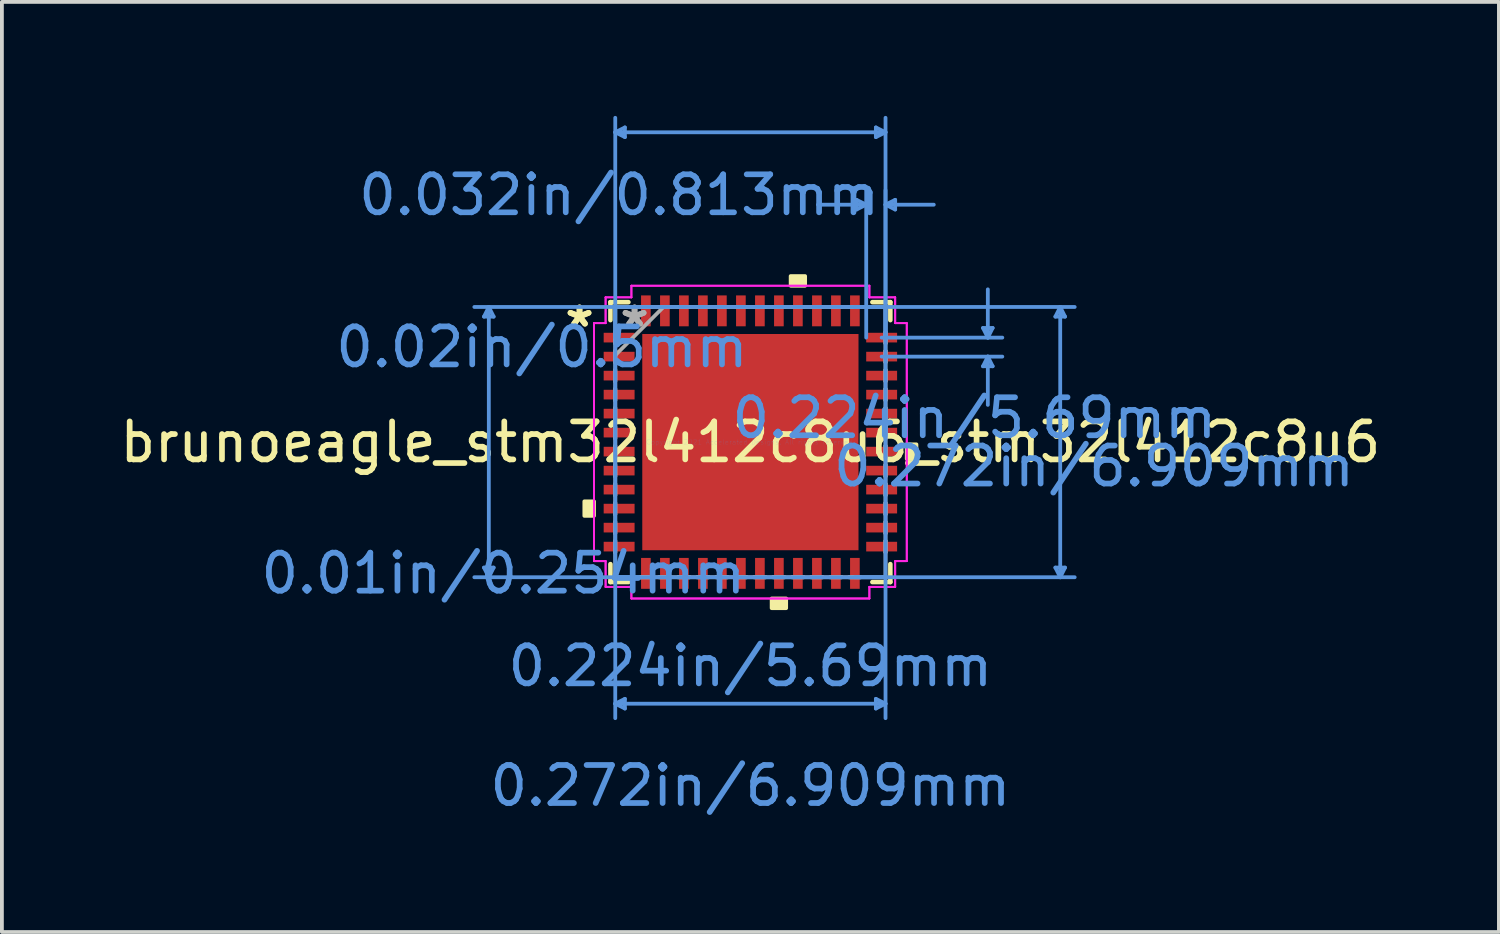
<source format=kicad_pcb>
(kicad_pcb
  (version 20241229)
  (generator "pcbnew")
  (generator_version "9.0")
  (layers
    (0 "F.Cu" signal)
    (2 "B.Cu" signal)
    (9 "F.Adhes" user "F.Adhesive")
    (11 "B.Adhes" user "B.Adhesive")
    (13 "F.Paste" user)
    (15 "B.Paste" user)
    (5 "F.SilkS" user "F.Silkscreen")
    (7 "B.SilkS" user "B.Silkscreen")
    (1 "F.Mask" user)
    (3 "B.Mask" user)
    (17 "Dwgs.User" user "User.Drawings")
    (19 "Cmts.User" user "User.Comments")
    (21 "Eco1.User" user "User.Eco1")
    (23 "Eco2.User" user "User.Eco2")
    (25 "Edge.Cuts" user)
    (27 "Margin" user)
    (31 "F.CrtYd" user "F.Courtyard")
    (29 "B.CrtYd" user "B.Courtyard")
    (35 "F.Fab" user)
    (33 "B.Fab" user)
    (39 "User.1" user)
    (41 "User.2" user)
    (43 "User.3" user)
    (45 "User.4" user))
  (footprint "brunoeagle_stm32l412c8u6_stm32l412c8u6"
    (layer "F.Cu")
    (at 16.696 8.584)
    (property "Reference" "brunoeagle_stm32l412c8u6_stm32l412c8u6" (at 0 0 0) (layer "F.SilkS") (effects (font (size 1 1) (thickness 0.15))))
    (attr through_hole)
    (fp_line (start -3.683 -3.683) (end -3.683 -3.21) (stroke (width 0.12) (type solid)) (layer "F.SilkS"))
    (fp_line (start -3.683 3.21) (end -3.683 3.683) (stroke (width 0.12) (type solid)) (layer "F.SilkS"))
    (fp_line (start -3.683 3.683) (end -3.21 3.683) (stroke (width 0.12) (type solid)) (layer "F.SilkS"))
    (fp_line (start -3.21 -3.683) (end -3.683 -3.683) (stroke (width 0.12) (type solid)) (layer "F.SilkS"))
    (fp_line (start 3.21 3.683) (end 3.683 3.683) (stroke (width 0.12) (type solid)) (layer "F.SilkS"))
    (fp_line (start 3.683 -3.683) (end 3.21 -3.683) (stroke (width 0.12) (type solid)) (layer "F.SilkS"))
    (fp_line (start 3.683 -3.21) (end 3.683 -3.683) (stroke (width 0.12) (type solid)) (layer "F.SilkS"))
    (fp_line (start 3.683 3.683) (end 3.683 3.21) (stroke (width 0.12) (type solid)) (layer "F.SilkS"))
    (fp_poly (pts (xy -4.369 1.559) (xy -4.369 1.94) (xy -4.115 1.94) (xy -4.115 1.559)) (stroke (width 0.1) (type solid)) (fill yes) (layer "F.SilkS"))
    (fp_poly (pts (xy 0.56 4.115) (xy 0.56 4.369) (xy 0.941 4.369) (xy 0.941 4.115)) (stroke (width 0.1) (type solid)) (fill yes) (layer "F.SilkS"))
    (fp_poly (pts (xy 1.06 -4.115) (xy 1.06 -4.369) (xy 1.44 -4.369) (xy 1.44 -4.115)) (stroke (width 0.1) (type solid)) (fill yes) (layer "F.SilkS"))
    (fp_poly (pts (xy 4.369 0.059) (xy 4.369 0.441) (xy 4.115 0.441) (xy 4.115 0.059)) (stroke (width 0.1) (type solid)) (fill yes) (layer "F.SilkS"))
    (fp_poly (pts (xy -2.745 -2.745) (xy -2.745 -1.522) (xy -1.522 -1.522) (xy -1.522 -2.745)) (stroke (width 0.1) (type solid)) (fill yes) (layer "F.Paste"))
    (fp_poly (pts (xy -2.745 -1.322) (xy -2.745 -0.1) (xy -1.522 -0.1) (xy -1.522 -1.322)) (stroke (width 0.1) (type solid)) (fill yes) (layer "F.Paste"))
    (fp_poly (pts (xy -2.745 0.1) (xy -2.745 1.322) (xy -1.522 1.322) (xy -1.522 0.1)) (stroke (width 0.1) (type solid)) (fill yes) (layer "F.Paste"))
    (fp_poly (pts (xy -2.745 1.522) (xy -2.745 2.745) (xy -1.522 2.745) (xy -1.522 1.522)) (stroke (width 0.1) (type solid)) (fill yes) (layer "F.Paste"))
    (fp_poly (pts (xy -1.322 -2.745) (xy -1.322 -1.522) (xy -0.1 -1.522) (xy -0.1 -2.745)) (stroke (width 0.1) (type solid)) (fill yes) (layer "F.Paste"))
    (fp_poly (pts (xy -1.322 -1.322) (xy -1.322 -0.1) (xy -0.1 -0.1) (xy -0.1 -1.322)) (stroke (width 0.1) (type solid)) (fill yes) (layer "F.Paste"))
    (fp_poly (pts (xy -1.322 0.1) (xy -1.322 1.322) (xy -0.1 1.322) (xy -0.1 0.1)) (stroke (width 0.1) (type solid)) (fill yes) (layer "F.Paste"))
    (fp_poly (pts (xy -1.322 1.522) (xy -1.322 2.745) (xy -0.1 2.745) (xy -0.1 1.522)) (stroke (width 0.1) (type solid)) (fill yes) (layer "F.Paste"))
    (fp_poly (pts (xy 0.1 -2.745) (xy 0.1 -1.522) (xy 1.322 -1.522) (xy 1.322 -2.745)) (stroke (width 0.1) (type solid)) (fill yes) (layer "F.Paste"))
    (fp_poly (pts (xy 0.1 -1.322) (xy 0.1 -0.1) (xy 1.322 -0.1) (xy 1.322 -1.322)) (stroke (width 0.1) (type solid)) (fill yes) (layer "F.Paste"))
    (fp_poly (pts (xy 0.1 0.1) (xy 0.1 1.322) (xy 1.322 1.322) (xy 1.322 0.1)) (stroke (width 0.1) (type solid)) (fill yes) (layer "F.Paste"))
    (fp_poly (pts (xy 0.1 1.522) (xy 0.1 2.745) (xy 1.322 2.745) (xy 1.322 1.522)) (stroke (width 0.1) (type solid)) (fill yes) (layer "F.Paste"))
    (fp_poly (pts (xy 1.522 -2.745) (xy 1.522 -1.522) (xy 2.745 -1.522) (xy 2.745 -2.745)) (stroke (width 0.1) (type solid)) (fill yes) (layer "F.Paste"))
    (fp_poly (pts (xy 1.522 -1.322) (xy 1.522 -0.1) (xy 2.745 -0.1) (xy 2.745 -1.322)) (stroke (width 0.1) (type solid)) (fill yes) (layer "F.Paste"))
    (fp_poly (pts (xy 1.522 0.1) (xy 1.522 1.322) (xy 2.745 1.322) (xy 2.745 0.1)) (stroke (width 0.1) (type solid)) (fill yes) (layer "F.Paste"))
    (fp_poly (pts (xy 1.522 1.522) (xy 1.522 2.745) (xy 2.745 2.745) (xy 2.745 1.522)) (stroke (width 0.1) (type solid)) (fill yes) (layer "F.Paste"))
    (fp_line (start -7.01 -3.302) (end -6.756 -3.302) (stroke (width 0.1) (type solid)) (layer "Cmts.User"))
    (fp_line (start -7.01 3.302) (end -6.756 3.302) (stroke (width 0.1) (type solid)) (layer "Cmts.User"))
    (fp_line (start -6.883 -3.556) (end -7.01 -3.302) (stroke (width 0.1) (type solid)) (layer "Cmts.User"))
    (fp_line (start -6.883 -3.556) (end -6.883 3.556) (stroke (width 0.1) (type solid)) (layer "Cmts.User"))
    (fp_line (start -6.883 -3.556) (end -6.756 -3.302) (stroke (width 0.1) (type solid)) (layer "Cmts.User"))
    (fp_line (start -6.883 3.556) (end -7.01 3.302) (stroke (width 0.1) (type solid)) (layer "Cmts.User"))
    (fp_line (start -6.883 3.556) (end -6.756 3.302) (stroke (width 0.1) (type solid)) (layer "Cmts.User"))
    (fp_line (start -3.556 -8.153) (end -3.302 -8.28) (stroke (width 0.1) (type solid)) (layer "Cmts.User"))
    (fp_line (start -3.556 -8.153) (end -3.302 -8.026) (stroke (width 0.1) (type solid)) (layer "Cmts.User"))
    (fp_line (start -3.556 -8.153) (end 3.556 -8.153) (stroke (width 0.1) (type solid)) (layer "Cmts.User"))
    (fp_line (start -3.556 -3.556) (end -3.556 7.264) (stroke (width 0.1) (type solid)) (layer "Cmts.User"))
    (fp_line (start -3.556 -2.75) (end -3.556 -8.534) (stroke (width 0.1) (type solid)) (layer "Cmts.User"))
    (fp_line (start -3.556 6.883) (end -3.302 6.756) (stroke (width 0.1) (type solid)) (layer "Cmts.User"))
    (fp_line (start -3.556 6.883) (end -3.302 7.01) (stroke (width 0.1) (type solid)) (layer "Cmts.User"))
    (fp_line (start -3.556 6.883) (end 3.556 6.883) (stroke (width 0.1) (type solid)) (layer "Cmts.User"))
    (fp_line (start -3.302 -8.28) (end -3.302 -8.026) (stroke (width 0.1) (type solid)) (layer "Cmts.User"))
    (fp_line (start -3.302 6.756) (end -3.302 7.01) (stroke (width 0.1) (type solid)) (layer "Cmts.User"))
    (fp_line (start 2.75 -3.556) (end 8.534 -3.556) (stroke (width 0.1) (type solid)) (layer "Cmts.User"))
    (fp_line (start 2.75 3.556) (end 8.534 3.556) (stroke (width 0.1) (type solid)) (layer "Cmts.User"))
    (fp_line (start 2.794 -6.375) (end 2.794 -6.121) (stroke (width 0.1) (type solid)) (layer "Cmts.User"))
    (fp_line (start 3.048 -6.248) (end 1.778 -6.248) (stroke (width 0.1) (type solid)) (layer "Cmts.User"))
    (fp_line (start 3.048 -6.248) (end 2.794 -6.375) (stroke (width 0.1) (type solid)) (layer "Cmts.User"))
    (fp_line (start 3.048 -6.248) (end 2.794 -6.121) (stroke (width 0.1) (type solid)) (layer "Cmts.User"))
    (fp_line (start 3.048 -2.75) (end 3.048 -6.629) (stroke (width 0.1) (type solid)) (layer "Cmts.User"))
    (fp_line (start 3.302 -8.28) (end 3.302 -8.026) (stroke (width 0.1) (type solid)) (layer "Cmts.User"))
    (fp_line (start 3.302 6.756) (end 3.302 7.01) (stroke (width 0.1) (type solid)) (layer "Cmts.User"))
    (fp_line (start 3.454 -2.75) (end 6.629 -2.75) (stroke (width 0.1) (type solid)) (layer "Cmts.User"))
    (fp_line (start 3.454 -2.25) (end 6.629 -2.25) (stroke (width 0.1) (type solid)) (layer "Cmts.User"))
    (fp_line (start 3.556 -8.153) (end 3.302 -8.28) (stroke (width 0.1) (type solid)) (layer "Cmts.User"))
    (fp_line (start 3.556 -8.153) (end 3.302 -8.026) (stroke (width 0.1) (type solid)) (layer "Cmts.User"))
    (fp_line (start 3.556 -6.248) (end 3.81 -6.375) (stroke (width 0.1) (type solid)) (layer "Cmts.User"))
    (fp_line (start 3.556 -6.248) (end 3.81 -6.121) (stroke (width 0.1) (type solid)) (layer "Cmts.User"))
    (fp_line (start 3.556 -6.248) (end 4.826 -6.248) (stroke (width 0.1) (type solid)) (layer "Cmts.User"))
    (fp_line (start 3.556 -3.556) (end -7.264 -3.556) (stroke (width 0.1) (type solid)) (layer "Cmts.User"))
    (fp_line (start 3.556 -3.556) (end 3.556 7.264) (stroke (width 0.1) (type solid)) (layer "Cmts.User"))
    (fp_line (start 3.556 -2.75) (end 3.556 -8.534) (stroke (width 0.1) (type solid)) (layer "Cmts.User"))
    (fp_line (start 3.556 -2.75) (end 3.556 -6.629) (stroke (width 0.1) (type solid)) (layer "Cmts.User"))
    (fp_line (start 3.556 3.556) (end -7.264 3.556) (stroke (width 0.1) (type solid)) (layer "Cmts.User"))
    (fp_line (start 3.556 6.883) (end 3.302 6.756) (stroke (width 0.1) (type solid)) (layer "Cmts.User"))
    (fp_line (start 3.556 6.883) (end 3.302 7.01) (stroke (width 0.1) (type solid)) (layer "Cmts.User"))
    (fp_line (start 3.81 -6.375) (end 3.81 -6.121) (stroke (width 0.1) (type solid)) (layer "Cmts.User"))
    (fp_line (start 6.121 -3.004) (end 6.375 -3.004) (stroke (width 0.1) (type solid)) (layer "Cmts.User"))
    (fp_line (start 6.121 -1.996) (end 6.375 -1.996) (stroke (width 0.1) (type solid)) (layer "Cmts.User"))
    (fp_line (start 6.248 -2.75) (end 6.121 -3.004) (stroke (width 0.1) (type solid)) (layer "Cmts.User"))
    (fp_line (start 6.248 -2.75) (end 6.248 -4.02) (stroke (width 0.1) (type solid)) (layer "Cmts.User"))
    (fp_line (start 6.248 -2.75) (end 6.375 -3.004) (stroke (width 0.1) (type solid)) (layer "Cmts.User"))
    (fp_line (start 6.248 -2.25) (end 6.121 -1.996) (stroke (width 0.1) (type solid)) (layer "Cmts.User"))
    (fp_line (start 6.248 -2.25) (end 6.248 -0.98) (stroke (width 0.1) (type solid)) (layer "Cmts.User"))
    (fp_line (start 6.248 -2.25) (end 6.375 -1.996) (stroke (width 0.1) (type solid)) (layer "Cmts.User"))
    (fp_line (start 8.026 -3.302) (end 8.28 -3.302) (stroke (width 0.1) (type solid)) (layer "Cmts.User"))
    (fp_line (start 8.026 3.302) (end 8.28 3.302) (stroke (width 0.1) (type solid)) (layer "Cmts.User"))
    (fp_line (start 8.153 -3.556) (end 8.026 -3.302) (stroke (width 0.1) (type solid)) (layer "Cmts.User"))
    (fp_line (start 8.153 -3.556) (end 8.153 3.556) (stroke (width 0.1) (type solid)) (layer "Cmts.User"))
    (fp_line (start 8.153 -3.556) (end 8.28 -3.302) (stroke (width 0.1) (type solid)) (layer "Cmts.User"))
    (fp_line (start 8.153 3.556) (end 8.026 3.302) (stroke (width 0.1) (type solid)) (layer "Cmts.User"))
    (fp_line (start 8.153 3.556) (end 8.28 3.302) (stroke (width 0.1) (type solid)) (layer "Cmts.User"))
    (fp_line (start -4.115 -3.131) (end -3.81 -3.131) (stroke (width 0.05) (type solid)) (layer "F.CrtYd"))
    (fp_line (start -4.115 -3.131) (end -3.81 -3.131) (stroke (width 0.05) (type solid)) (layer "F.CrtYd"))
    (fp_line (start -4.115 3.131) (end -4.115 -3.131) (stroke (width 0.05) (type solid)) (layer "F.CrtYd"))
    (fp_line (start -4.115 3.131) (end -4.115 -3.131) (stroke (width 0.05) (type solid)) (layer "F.CrtYd"))
    (fp_line (start -3.81 -3.81) (end -3.131 -3.81) (stroke (width 0.05) (type solid)) (layer "F.CrtYd"))
    (fp_line (start -3.81 -3.81) (end -3.131 -3.81) (stroke (width 0.05) (type solid)) (layer "F.CrtYd"))
    (fp_line (start -3.81 -3.131) (end -3.81 -3.81) (stroke (width 0.05) (type solid)) (layer "F.CrtYd"))
    (fp_line (start -3.81 -3.131) (end -3.81 -3.81) (stroke (width 0.05) (type solid)) (layer "F.CrtYd"))
    (fp_line (start -3.81 3.131) (end -4.115 3.131) (stroke (width 0.05) (type solid)) (layer "F.CrtYd"))
    (fp_line (start -3.81 3.131) (end -4.115 3.131) (stroke (width 0.05) (type solid)) (layer "F.CrtYd"))
    (fp_line (start -3.81 3.81) (end -3.81 3.131) (stroke (width 0.05) (type solid)) (layer "F.CrtYd"))
    (fp_line (start -3.81 3.81) (end -3.81 3.131) (stroke (width 0.05) (type solid)) (layer "F.CrtYd"))
    (fp_line (start -3.131 -4.115) (end 3.131 -4.115) (stroke (width 0.05) (type solid)) (layer "F.CrtYd"))
    (fp_line (start -3.131 -4.115) (end 3.131 -4.115) (stroke (width 0.05) (type solid)) (layer "F.CrtYd"))
    (fp_line (start -3.131 -3.81) (end -3.131 -4.115) (stroke (width 0.05) (type solid)) (layer "F.CrtYd"))
    (fp_line (start -3.131 -3.81) (end -3.131 -4.115) (stroke (width 0.05) (type solid)) (layer "F.CrtYd"))
    (fp_line (start -3.131 3.81) (end -3.81 3.81) (stroke (width 0.05) (type solid)) (layer "F.CrtYd"))
    (fp_line (start -3.131 3.81) (end -3.81 3.81) (stroke (width 0.05) (type solid)) (layer "F.CrtYd"))
    (fp_line (start -3.131 4.115) (end -3.131 3.81) (stroke (width 0.05) (type solid)) (layer "F.CrtYd"))
    (fp_line (start -3.131 4.115) (end -3.131 3.81) (stroke (width 0.05) (type solid)) (layer "F.CrtYd"))
    (fp_line (start 3.131 -4.115) (end 3.131 -3.81) (stroke (width 0.05) (type solid)) (layer "F.CrtYd"))
    (fp_line (start 3.131 -4.115) (end 3.131 -3.81) (stroke (width 0.05) (type solid)) (layer "F.CrtYd"))
    (fp_line (start 3.131 -3.81) (end 3.81 -3.81) (stroke (width 0.05) (type solid)) (layer "F.CrtYd"))
    (fp_line (start 3.131 -3.81) (end 3.81 -3.81) (stroke (width 0.05) (type solid)) (layer "F.CrtYd"))
    (fp_line (start 3.131 3.81) (end 3.131 4.115) (stroke (width 0.05) (type solid)) (layer "F.CrtYd"))
    (fp_line (start 3.131 3.81) (end 3.131 4.115) (stroke (width 0.05) (type solid)) (layer "F.CrtYd"))
    (fp_line (start 3.131 4.115) (end -3.131 4.115) (stroke (width 0.05) (type solid)) (layer "F.CrtYd"))
    (fp_line (start 3.131 4.115) (end -3.131 4.115) (stroke (width 0.05) (type solid)) (layer "F.CrtYd"))
    (fp_line (start 3.81 -3.81) (end 3.81 -3.131) (stroke (width 0.05) (type solid)) (layer "F.CrtYd"))
    (fp_line (start 3.81 -3.81) (end 3.81 -3.131) (stroke (width 0.05) (type solid)) (layer "F.CrtYd"))
    (fp_line (start 3.81 -3.131) (end 4.115 -3.131) (stroke (width 0.05) (type solid)) (layer "F.CrtYd"))
    (fp_line (start 3.81 -3.131) (end 4.115 -3.131) (stroke (width 0.05) (type solid)) (layer "F.CrtYd"))
    (fp_line (start 3.81 3.131) (end 3.81 3.81) (stroke (width 0.05) (type solid)) (layer "F.CrtYd"))
    (fp_line (start 3.81 3.131) (end 3.81 3.81) (stroke (width 0.05) (type solid)) (layer "F.CrtYd"))
    (fp_line (start 3.81 3.81) (end 3.131 3.81) (stroke (width 0.05) (type solid)) (layer "F.CrtYd"))
    (fp_line (start 3.81 3.81) (end 3.131 3.81) (stroke (width 0.05) (type solid)) (layer "F.CrtYd"))
    (fp_line (start 4.115 -3.131) (end 4.115 3.131) (stroke (width 0.05) (type solid)) (layer "F.CrtYd"))
    (fp_line (start 4.115 -3.131) (end 4.115 3.131) (stroke (width 0.05) (type solid)) (layer "F.CrtYd"))
    (fp_line (start 4.115 3.131) (end 3.81 3.131) (stroke (width 0.05) (type solid)) (layer "F.CrtYd"))
    (fp_line (start 4.115 3.131) (end 3.81 3.131) (stroke (width 0.05) (type solid)) (layer "F.CrtYd"))
    (fp_line (start -3.556 -3.556) (end -3.556 -3.556) (stroke (width 0.1) (type solid)) (layer "F.Fab"))
    (fp_line (start -3.556 -3.556) (end -3.556 3.556) (stroke (width 0.1) (type solid)) (layer "F.Fab"))
    (fp_line (start -3.556 -2.902) (end -3.556 -2.902) (stroke (width 0.1) (type solid)) (layer "F.Fab"))
    (fp_line (start -3.556 -2.902) (end -3.556 -2.598) (stroke (width 0.1) (type solid)) (layer "F.Fab"))
    (fp_line (start -3.556 -2.598) (end -3.556 -2.902) (stroke (width 0.1) (type solid)) (layer "F.Fab"))
    (fp_line (start -3.556 -2.598) (end -3.556 -2.598) (stroke (width 0.1) (type solid)) (layer "F.Fab"))
    (fp_line (start -3.556 -2.402) (end -3.556 -2.402) (stroke (width 0.1) (type solid)) (layer "F.Fab"))
    (fp_line (start -3.556 -2.402) (end -3.556 -2.098) (stroke (width 0.1) (type solid)) (layer "F.Fab"))
    (fp_line (start -3.556 -2.286) (end -2.286 -3.556) (stroke (width 0.1) (type solid)) (layer "F.Fab"))
    (fp_line (start -3.556 -2.098) (end -3.556 -2.402) (stroke (width 0.1) (type solid)) (layer "F.Fab"))
    (fp_line (start -3.556 -2.098) (end -3.556 -2.098) (stroke (width 0.1) (type solid)) (layer "F.Fab"))
    (fp_line (start -3.556 -1.902) (end -3.556 -1.902) (stroke (width 0.1) (type solid)) (layer "F.Fab"))
    (fp_line (start -3.556 -1.902) (end -3.556 -1.598) (stroke (width 0.1) (type solid)) (layer "F.Fab"))
    (fp_line (start -3.556 -1.598) (end -3.556 -1.902) (stroke (width 0.1) (type solid)) (layer "F.Fab"))
    (fp_line (start -3.556 -1.598) (end -3.556 -1.598) (stroke (width 0.1) (type solid)) (layer "F.Fab"))
    (fp_line (start -3.556 -1.402) (end -3.556 -1.402) (stroke (width 0.1) (type solid)) (layer "F.Fab"))
    (fp_line (start -3.556 -1.402) (end -3.556 -1.098) (stroke (width 0.1) (type solid)) (layer "F.Fab"))
    (fp_line (start -3.556 -1.098) (end -3.556 -1.402) (stroke (width 0.1) (type solid)) (layer "F.Fab"))
    (fp_line (start -3.556 -1.098) (end -3.556 -1.098) (stroke (width 0.1) (type solid)) (layer "F.Fab"))
    (fp_line (start -3.556 -0.902) (end -3.556 -0.902) (stroke (width 0.1) (type solid)) (layer "F.Fab"))
    (fp_line (start -3.556 -0.902) (end -3.556 -0.598) (stroke (width 0.1) (type solid)) (layer "F.Fab"))
    (fp_line (start -3.556 -0.598) (end -3.556 -0.902) (stroke (width 0.1) (type solid)) (layer "F.Fab"))
    (fp_line (start -3.556 -0.598) (end -3.556 -0.598) (stroke (width 0.1) (type solid)) (layer "F.Fab"))
    (fp_line (start -3.556 -0.402) (end -3.556 -0.402) (stroke (width 0.1) (type solid)) (layer "F.Fab"))
    (fp_line (start -3.556 -0.402) (end -3.556 -0.098) (stroke (width 0.1) (type solid)) (layer "F.Fab"))
    (fp_line (start -3.556 -0.098) (end -3.556 -0.402) (stroke (width 0.1) (type solid)) (layer "F.Fab"))
    (fp_line (start -3.556 -0.098) (end -3.556 -0.098) (stroke (width 0.1) (type solid)) (layer "F.Fab"))
    (fp_line (start -3.556 0.098) (end -3.556 0.098) (stroke (width 0.1) (type solid)) (layer "F.Fab"))
    (fp_line (start -3.556 0.098) (end -3.556 0.402) (stroke (width 0.1) (type solid)) (layer "F.Fab"))
    (fp_line (start -3.556 0.402) (end -3.556 0.098) (stroke (width 0.1) (type solid)) (layer "F.Fab"))
    (fp_line (start -3.556 0.402) (end -3.556 0.402) (stroke (width 0.1) (type solid)) (layer "F.Fab"))
    (fp_line (start -3.556 0.598) (end -3.556 0.598) (stroke (width 0.1) (type solid)) (layer "F.Fab"))
    (fp_line (start -3.556 0.598) (end -3.556 0.902) (stroke (width 0.1) (type solid)) (layer "F.Fab"))
    (fp_line (start -3.556 0.902) (end -3.556 0.598) (stroke (width 0.1) (type solid)) (layer "F.Fab"))
    (fp_line (start -3.556 0.902) (end -3.556 0.902) (stroke (width 0.1) (type solid)) (layer "F.Fab"))
    (fp_line (start -3.556 1.098) (end -3.556 1.098) (stroke (width 0.1) (type solid)) (layer "F.Fab"))
    (fp_line (start -3.556 1.098) (end -3.556 1.402) (stroke (width 0.1) (type solid)) (layer "F.Fab"))
    (fp_line (start -3.556 1.402) (end -3.556 1.098) (stroke (width 0.1) (type solid)) (layer "F.Fab"))
    (fp_line (start -3.556 1.402) (end -3.556 1.402) (stroke (width 0.1) (type solid)) (layer "F.Fab"))
    (fp_line (start -3.556 1.598) (end -3.556 1.598) (stroke (width 0.1) (type solid)) (layer "F.Fab"))
    (fp_line (start -3.556 1.598) (end -3.556 1.902) (stroke (width 0.1) (type solid)) (layer "F.Fab"))
    (fp_line (start -3.556 1.902) (end -3.556 1.598) (stroke (width 0.1) (type solid)) (layer "F.Fab"))
    (fp_line (start -3.556 1.902) (end -3.556 1.902) (stroke (width 0.1) (type solid)) (layer "F.Fab"))
    (fp_line (start -3.556 2.098) (end -3.556 2.098) (stroke (width 0.1) (type solid)) (layer "F.Fab"))
    (fp_line (start -3.556 2.098) (end -3.556 2.402) (stroke (width 0.1) (type solid)) (layer "F.Fab"))
    (fp_line (start -3.556 2.402) (end -3.556 2.098) (stroke (width 0.1) (type solid)) (layer "F.Fab"))
    (fp_line (start -3.556 2.402) (end -3.556 2.402) (stroke (width 0.1) (type solid)) (layer "F.Fab"))
    (fp_line (start -3.556 2.598) (end -3.556 2.598) (stroke (width 0.1) (type solid)) (layer "F.Fab"))
    (fp_line (start -3.556 2.598) (end -3.556 2.902) (stroke (width 0.1) (type solid)) (layer "F.Fab"))
    (fp_line (start -3.556 2.902) (end -3.556 2.598) (stroke (width 0.1) (type solid)) (layer "F.Fab"))
    (fp_line (start -3.556 2.902) (end -3.556 2.902) (stroke (width 0.1) (type solid)) (layer "F.Fab"))
    (fp_line (start -3.556 3.556) (end -3.556 3.556) (stroke (width 0.1) (type solid)) (layer "F.Fab"))
    (fp_line (start -3.556 3.556) (end 3.556 3.556) (stroke (width 0.1) (type solid)) (layer "F.Fab"))
    (fp_line (start -2.902 -3.556) (end -2.902 -3.556) (stroke (width 0.1) (type solid)) (layer "F.Fab"))
    (fp_line (start -2.902 -3.556) (end -2.598 -3.556) (stroke (width 0.1) (type solid)) (layer "F.Fab"))
    (fp_line (start -2.902 3.556) (end -2.902 3.556) (stroke (width 0.1) (type solid)) (layer "F.Fab"))
    (fp_line (start -2.902 3.556) (end -2.598 3.556) (stroke (width 0.1) (type solid)) (layer "F.Fab"))
    (fp_line (start -2.598 -3.556) (end -2.902 -3.556) (stroke (width 0.1) (type solid)) (layer "F.Fab"))
    (fp_line (start -2.598 -3.556) (end -2.598 -3.556) (stroke (width 0.1) (type solid)) (layer "F.Fab"))
    (fp_line (start -2.598 3.556) (end -2.902 3.556) (stroke (width 0.1) (type solid)) (layer "F.Fab"))
    (fp_line (start -2.598 3.556) (end -2.598 3.556) (stroke (width 0.1) (type solid)) (layer "F.Fab"))
    (fp_line (start -2.402 -3.556) (end -2.402 -3.556) (stroke (width 0.1) (type solid)) (layer "F.Fab"))
    (fp_line (start -2.402 -3.556) (end -2.098 -3.556) (stroke (width 0.1) (type solid)) (layer "F.Fab"))
    (fp_line (start -2.402 3.556) (end -2.402 3.556) (stroke (width 0.1) (type solid)) (layer "F.Fab"))
    (fp_line (start -2.402 3.556) (end -2.098 3.556) (stroke (width 0.1) (type solid)) (layer "F.Fab"))
    (fp_line (start -2.098 -3.556) (end -2.402 -3.556) (stroke (width 0.1) (type solid)) (layer "F.Fab"))
    (fp_line (start -2.098 -3.556) (end -2.098 -3.556) (stroke (width 0.1) (type solid)) (layer "F.Fab"))
    (fp_line (start -2.098 3.556) (end -2.402 3.556) (stroke (width 0.1) (type solid)) (layer "F.Fab"))
    (fp_line (start -2.098 3.556) (end -2.098 3.556) (stroke (width 0.1) (type solid)) (layer "F.Fab"))
    (fp_line (start -1.902 -3.556) (end -1.902 -3.556) (stroke (width 0.1) (type solid)) (layer "F.Fab"))
    (fp_line (start -1.902 -3.556) (end -1.598 -3.556) (stroke (width 0.1) (type solid)) (layer "F.Fab"))
    (fp_line (start -1.902 3.556) (end -1.902 3.556) (stroke (width 0.1) (type solid)) (layer "F.Fab"))
    (fp_line (start -1.902 3.556) (end -1.598 3.556) (stroke (width 0.1) (type solid)) (layer "F.Fab"))
    (fp_line (start -1.598 -3.556) (end -1.902 -3.556) (stroke (width 0.1) (type solid)) (layer "F.Fab"))
    (fp_line (start -1.598 -3.556) (end -1.598 -3.556) (stroke (width 0.1) (type solid)) (layer "F.Fab"))
    (fp_line (start -1.598 3.556) (end -1.902 3.556) (stroke (width 0.1) (type solid)) (layer "F.Fab"))
    (fp_line (start -1.598 3.556) (end -1.598 3.556) (stroke (width 0.1) (type solid)) (layer "F.Fab"))
    (fp_line (start -1.402 -3.556) (end -1.402 -3.556) (stroke (width 0.1) (type solid)) (layer "F.Fab"))
    (fp_line (start -1.402 -3.556) (end -1.098 -3.556) (stroke (width 0.1) (type solid)) (layer "F.Fab"))
    (fp_line (start -1.402 3.556) (end -1.402 3.556) (stroke (width 0.1) (type solid)) (layer "F.Fab"))
    (fp_line (start -1.402 3.556) (end -1.098 3.556) (stroke (width 0.1) (type solid)) (layer "F.Fab"))
    (fp_line (start -1.098 -3.556) (end -1.402 -3.556) (stroke (width 0.1) (type solid)) (layer "F.Fab"))
    (fp_line (start -1.098 -3.556) (end -1.098 -3.556) (stroke (width 0.1) (type solid)) (layer "F.Fab"))
    (fp_line (start -1.098 3.556) (end -1.402 3.556) (stroke (width 0.1) (type solid)) (layer "F.Fab"))
    (fp_line (start -1.098 3.556) (end -1.098 3.556) (stroke (width 0.1) (type solid)) (layer "F.Fab"))
    (fp_line (start -0.902 -3.556) (end -0.902 -3.556) (stroke (width 0.1) (type solid)) (layer "F.Fab"))
    (fp_line (start -0.902 -3.556) (end -0.598 -3.556) (stroke (width 0.1) (type solid)) (layer "F.Fab"))
    (fp_line (start -0.902 3.556) (end -0.902 3.556) (stroke (width 0.1) (type solid)) (layer "F.Fab"))
    (fp_line (start -0.902 3.556) (end -0.598 3.556) (stroke (width 0.1) (type solid)) (layer "F.Fab"))
    (fp_line (start -0.598 -3.556) (end -0.902 -3.556) (stroke (width 0.1) (type solid)) (layer "F.Fab"))
    (fp_line (start -0.598 -3.556) (end -0.598 -3.556) (stroke (width 0.1) (type solid)) (layer "F.Fab"))
    (fp_line (start -0.598 3.556) (end -0.902 3.556) (stroke (width 0.1) (type solid)) (layer "F.Fab"))
    (fp_line (start -0.598 3.556) (end -0.598 3.556) (stroke (width 0.1) (type solid)) (layer "F.Fab"))
    (fp_line (start -0.402 -3.556) (end -0.402 -3.556) (stroke (width 0.1) (type solid)) (layer "F.Fab"))
    (fp_line (start -0.402 -3.556) (end -0.098 -3.556) (stroke (width 0.1) (type solid)) (layer "F.Fab"))
    (fp_line (start -0.402 3.556) (end -0.402 3.556) (stroke (width 0.1) (type solid)) (layer "F.Fab"))
    (fp_line (start -0.402 3.556) (end -0.098 3.556) (stroke (width 0.1) (type solid)) (layer "F.Fab"))
    (fp_line (start -0.098 -3.556) (end -0.402 -3.556) (stroke (width 0.1) (type solid)) (layer "F.Fab"))
    (fp_line (start -0.098 -3.556) (end -0.098 -3.556) (stroke (width 0.1) (type solid)) (layer "F.Fab"))
    (fp_line (start -0.098 3.556) (end -0.402 3.556) (stroke (width 0.1) (type solid)) (layer "F.Fab"))
    (fp_line (start -0.098 3.556) (end -0.098 3.556) (stroke (width 0.1) (type solid)) (layer "F.Fab"))
    (fp_line (start 0.098 -3.556) (end 0.098 -3.556) (stroke (width 0.1) (type solid)) (layer "F.Fab"))
    (fp_line (start 0.098 -3.556) (end 0.402 -3.556) (stroke (width 0.1) (type solid)) (layer "F.Fab"))
    (fp_line (start 0.098 3.556) (end 0.098 3.556) (stroke (width 0.1) (type solid)) (layer "F.Fab"))
    (fp_line (start 0.098 3.556) (end 0.402 3.556) (stroke (width 0.1) (type solid)) (layer "F.Fab"))
    (fp_line (start 0.402 -3.556) (end 0.098 -3.556) (stroke (width 0.1) (type solid)) (layer "F.Fab"))
    (fp_line (start 0.402 -3.556) (end 0.402 -3.556) (stroke (width 0.1) (type solid)) (layer "F.Fab"))
    (fp_line (start 0.402 3.556) (end 0.098 3.556) (stroke (width 0.1) (type solid)) (layer "F.Fab"))
    (fp_line (start 0.402 3.556) (end 0.402 3.556) (stroke (width 0.1) (type solid)) (layer "F.Fab"))
    (fp_line (start 0.598 -3.556) (end 0.598 -3.556) (stroke (width 0.1) (type solid)) (layer "F.Fab"))
    (fp_line (start 0.598 -3.556) (end 0.902 -3.556) (stroke (width 0.1) (type solid)) (layer "F.Fab"))
    (fp_line (start 0.598 3.556) (end 0.598 3.556) (stroke (width 0.1) (type solid)) (layer "F.Fab"))
    (fp_line (start 0.598 3.556) (end 0.902 3.556) (stroke (width 0.1) (type solid)) (layer "F.Fab"))
    (fp_line (start 0.902 -3.556) (end 0.598 -3.556) (stroke (width 0.1) (type solid)) (layer "F.Fab"))
    (fp_line (start 0.902 -3.556) (end 0.902 -3.556) (stroke (width 0.1) (type solid)) (layer "F.Fab"))
    (fp_line (start 0.902 3.556) (end 0.598 3.556) (stroke (width 0.1) (type solid)) (layer "F.Fab"))
    (fp_line (start 0.902 3.556) (end 0.902 3.556) (stroke (width 0.1) (type solid)) (layer "F.Fab"))
    (fp_line (start 1.098 -3.556) (end 1.098 -3.556) (stroke (width 0.1) (type solid)) (layer "F.Fab"))
    (fp_line (start 1.098 -3.556) (end 1.402 -3.556) (stroke (width 0.1) (type solid)) (layer "F.Fab"))
    (fp_line (start 1.098 3.556) (end 1.098 3.556) (stroke (width 0.1) (type solid)) (layer "F.Fab"))
    (fp_line (start 1.098 3.556) (end 1.402 3.556) (stroke (width 0.1) (type solid)) (layer "F.Fab"))
    (fp_line (start 1.402 -3.556) (end 1.098 -3.556) (stroke (width 0.1) (type solid)) (layer "F.Fab"))
    (fp_line (start 1.402 -3.556) (end 1.402 -3.556) (stroke (width 0.1) (type solid)) (layer "F.Fab"))
    (fp_line (start 1.402 3.556) (end 1.098 3.556) (stroke (width 0.1) (type solid)) (layer "F.Fab"))
    (fp_line (start 1.402 3.556) (end 1.402 3.556) (stroke (width 0.1) (type solid)) (layer "F.Fab"))
    (fp_line (start 1.598 -3.556) (end 1.598 -3.556) (stroke (width 0.1) (type solid)) (layer "F.Fab"))
    (fp_line (start 1.598 -3.556) (end 1.902 -3.556) (stroke (width 0.1) (type solid)) (layer "F.Fab"))
    (fp_line (start 1.598 3.556) (end 1.598 3.556) (stroke (width 0.1) (type solid)) (layer "F.Fab"))
    (fp_line (start 1.598 3.556) (end 1.902 3.556) (stroke (width 0.1) (type solid)) (layer "F.Fab"))
    (fp_line (start 1.902 -3.556) (end 1.598 -3.556) (stroke (width 0.1) (type solid)) (layer "F.Fab"))
    (fp_line (start 1.902 -3.556) (end 1.902 -3.556) (stroke (width 0.1) (type solid)) (layer "F.Fab"))
    (fp_line (start 1.902 3.556) (end 1.598 3.556) (stroke (width 0.1) (type solid)) (layer "F.Fab"))
    (fp_line (start 1.902 3.556) (end 1.902 3.556) (stroke (width 0.1) (type solid)) (layer "F.Fab"))
    (fp_line (start 2.098 -3.556) (end 2.098 -3.556) (stroke (width 0.1) (type solid)) (layer "F.Fab"))
    (fp_line (start 2.098 -3.556) (end 2.402 -3.556) (stroke (width 0.1) (type solid)) (layer "F.Fab"))
    (fp_line (start 2.098 3.556) (end 2.098 3.556) (stroke (width 0.1) (type solid)) (layer "F.Fab"))
    (fp_line (start 2.098 3.556) (end 2.402 3.556) (stroke (width 0.1) (type solid)) (layer "F.Fab"))
    (fp_line (start 2.402 -3.556) (end 2.098 -3.556) (stroke (width 0.1) (type solid)) (layer "F.Fab"))
    (fp_line (start 2.402 -3.556) (end 2.402 -3.556) (stroke (width 0.1) (type solid)) (layer "F.Fab"))
    (fp_line (start 2.402 3.556) (end 2.098 3.556) (stroke (width 0.1) (type solid)) (layer "F.Fab"))
    (fp_line (start 2.402 3.556) (end 2.402 3.556) (stroke (width 0.1) (type solid)) (layer "F.Fab"))
    (fp_line (start 2.598 -3.556) (end 2.598 -3.556) (stroke (width 0.1) (type solid)) (layer "F.Fab"))
    (fp_line (start 2.598 -3.556) (end 2.902 -3.556) (stroke (width 0.1) (type solid)) (layer "F.Fab"))
    (fp_line (start 2.598 3.556) (end 2.598 3.556) (stroke (width 0.1) (type solid)) (layer "F.Fab"))
    (fp_line (start 2.598 3.556) (end 2.902 3.556) (stroke (width 0.1) (type solid)) (layer "F.Fab"))
    (fp_line (start 2.902 -3.556) (end 2.598 -3.556) (stroke (width 0.1) (type solid)) (layer "F.Fab"))
    (fp_line (start 2.902 -3.556) (end 2.902 -3.556) (stroke (width 0.1) (type solid)) (layer "F.Fab"))
    (fp_line (start 2.902 3.556) (end 2.598 3.556) (stroke (width 0.1) (type solid)) (layer "F.Fab"))
    (fp_line (start 2.902 3.556) (end 2.902 3.556) (stroke (width 0.1) (type solid)) (layer "F.Fab"))
    (fp_line (start 3.556 -3.556) (end -3.556 -3.556) (stroke (width 0.1) (type solid)) (layer "F.Fab"))
    (fp_line (start 3.556 -3.556) (end 3.556 -3.556) (stroke (width 0.1) (type solid)) (layer "F.Fab"))
    (fp_line (start 3.556 -2.902) (end 3.556 -2.902) (stroke (width 0.1) (type solid)) (layer "F.Fab"))
    (fp_line (start 3.556 -2.902) (end 3.556 -2.598) (stroke (width 0.1) (type solid)) (layer "F.Fab"))
    (fp_line (start 3.556 -2.598) (end 3.556 -2.902) (stroke (width 0.1) (type solid)) (layer "F.Fab"))
    (fp_line (start 3.556 -2.598) (end 3.556 -2.598) (stroke (width 0.1) (type solid)) (layer "F.Fab"))
    (fp_line (start 3.556 -2.402) (end 3.556 -2.402) (stroke (width 0.1) (type solid)) (layer "F.Fab"))
    (fp_line (start 3.556 -2.402) (end 3.556 -2.098) (stroke (width 0.1) (type solid)) (layer "F.Fab"))
    (fp_line (start 3.556 -2.098) (end 3.556 -2.402) (stroke (width 0.1) (type solid)) (layer "F.Fab"))
    (fp_line (start 3.556 -2.098) (end 3.556 -2.098) (stroke (width 0.1) (type solid)) (layer "F.Fab"))
    (fp_line (start 3.556 -1.902) (end 3.556 -1.902) (stroke (width 0.1) (type solid)) (layer "F.Fab"))
    (fp_line (start 3.556 -1.902) (end 3.556 -1.598) (stroke (width 0.1) (type solid)) (layer "F.Fab"))
    (fp_line (start 3.556 -1.598) (end 3.556 -1.902) (stroke (width 0.1) (type solid)) (layer "F.Fab"))
    (fp_line (start 3.556 -1.598) (end 3.556 -1.598) (stroke (width 0.1) (type solid)) (layer "F.Fab"))
    (fp_line (start 3.556 -1.402) (end 3.556 -1.402) (stroke (width 0.1) (type solid)) (layer "F.Fab"))
    (fp_line (start 3.556 -1.402) (end 3.556 -1.098) (stroke (width 0.1) (type solid)) (layer "F.Fab"))
    (fp_line (start 3.556 -1.098) (end 3.556 -1.402) (stroke (width 0.1) (type solid)) (layer "F.Fab"))
    (fp_line (start 3.556 -1.098) (end 3.556 -1.098) (stroke (width 0.1) (type solid)) (layer "F.Fab"))
    (fp_line (start 3.556 -0.902) (end 3.556 -0.902) (stroke (width 0.1) (type solid)) (layer "F.Fab"))
    (fp_line (start 3.556 -0.902) (end 3.556 -0.598) (stroke (width 0.1) (type solid)) (layer "F.Fab"))
    (fp_line (start 3.556 -0.598) (end 3.556 -0.902) (stroke (width 0.1) (type solid)) (layer "F.Fab"))
    (fp_line (start 3.556 -0.598) (end 3.556 -0.598) (stroke (width 0.1) (type solid)) (layer "F.Fab"))
    (fp_line (start 3.556 -0.402) (end 3.556 -0.402) (stroke (width 0.1) (type solid)) (layer "F.Fab"))
    (fp_line (start 3.556 -0.402) (end 3.556 -0.098) (stroke (width 0.1) (type solid)) (layer "F.Fab"))
    (fp_line (start 3.556 -0.098) (end 3.556 -0.402) (stroke (width 0.1) (type solid)) (layer "F.Fab"))
    (fp_line (start 3.556 -0.098) (end 3.556 -0.098) (stroke (width 0.1) (type solid)) (layer "F.Fab"))
    (fp_line (start 3.556 0.098) (end 3.556 0.098) (stroke (width 0.1) (type solid)) (layer "F.Fab"))
    (fp_line (start 3.556 0.098) (end 3.556 0.402) (stroke (width 0.1) (type solid)) (layer "F.Fab"))
    (fp_line (start 3.556 0.402) (end 3.556 0.098) (stroke (width 0.1) (type solid)) (layer "F.Fab"))
    (fp_line (start 3.556 0.402) (end 3.556 0.402) (stroke (width 0.1) (type solid)) (layer "F.Fab"))
    (fp_line (start 3.556 0.598) (end 3.556 0.598) (stroke (width 0.1) (type solid)) (layer "F.Fab"))
    (fp_line (start 3.556 0.598) (end 3.556 0.902) (stroke (width 0.1) (type solid)) (layer "F.Fab"))
    (fp_line (start 3.556 0.902) (end 3.556 0.598) (stroke (width 0.1) (type solid)) (layer "F.Fab"))
    (fp_line (start 3.556 0.902) (end 3.556 0.902) (stroke (width 0.1) (type solid)) (layer "F.Fab"))
    (fp_line (start 3.556 1.098) (end 3.556 1.098) (stroke (width 0.1) (type solid)) (layer "F.Fab"))
    (fp_line (start 3.556 1.098) (end 3.556 1.402) (stroke (width 0.1) (type solid)) (layer "F.Fab"))
    (fp_line (start 3.556 1.402) (end 3.556 1.098) (stroke (width 0.1) (type solid)) (layer "F.Fab"))
    (fp_line (start 3.556 1.402) (end 3.556 1.402) (stroke (width 0.1) (type solid)) (layer "F.Fab"))
    (fp_line (start 3.556 1.598) (end 3.556 1.598) (stroke (width 0.1) (type solid)) (layer "F.Fab"))
    (fp_line (start 3.556 1.598) (end 3.556 1.902) (stroke (width 0.1) (type solid)) (layer "F.Fab"))
    (fp_line (start 3.556 1.902) (end 3.556 1.598) (stroke (width 0.1) (type solid)) (layer "F.Fab"))
    (fp_line (start 3.556 1.902) (end 3.556 1.902) (stroke (width 0.1) (type solid)) (layer "F.Fab"))
    (fp_line (start 3.556 2.098) (end 3.556 2.098) (stroke (width 0.1) (type solid)) (layer "F.Fab"))
    (fp_line (start 3.556 2.098) (end 3.556 2.402) (stroke (width 0.1) (type solid)) (layer "F.Fab"))
    (fp_line (start 3.556 2.402) (end 3.556 2.098) (stroke (width 0.1) (type solid)) (layer "F.Fab"))
    (fp_line (start 3.556 2.402) (end 3.556 2.402) (stroke (width 0.1) (type solid)) (layer "F.Fab"))
    (fp_line (start 3.556 2.598) (end 3.556 2.598) (stroke (width 0.1) (type solid)) (layer "F.Fab"))
    (fp_line (start 3.556 2.598) (end 3.556 2.902) (stroke (width 0.1) (type solid)) (layer "F.Fab"))
    (fp_line (start 3.556 2.902) (end 3.556 2.598) (stroke (width 0.1) (type solid)) (layer "F.Fab"))
    (fp_line (start 3.556 2.902) (end 3.556 2.902) (stroke (width 0.1) (type solid)) (layer "F.Fab"))
    (fp_line (start 3.556 3.556) (end 3.556 -3.556) (stroke (width 0.1) (type solid)) (layer "F.Fab"))
    (fp_line (start 3.556 3.556) (end 3.556 3.556) (stroke (width 0.1) (type solid)) (layer "F.Fab"))
    (fp_text user "*" (at -4.496 -3 0) (layer "F.SilkS") (effects (font (size 1 1) (thickness 0.15))))
    (fp_text user "*" (at -4.496 -3 0) (layer "F.SilkS") (effects (font (size 1 1) (thickness 0.15))))
    (fp_text user "0.01in/0.254mm" (at -6.502 3.454 0) (layer "Cmts.User") (effects (font (size 1 1) (thickness 0.15))))
    (fp_text user "0.02in/0.5mm" (at -5.486 -2.5 0) (layer "Cmts.User") (effects (font (size 1 1) (thickness 0.15))))
    (fp_text user "0.272in/6.909mm" (at 9.042 0.635 0) (layer "Cmts.User") (effects (font (size 1 1) (thickness 0.15))))
    (fp_text user "Copyright 2021 Accelerated Designs. All rights reserved." (at 0 0 0) (layer "Cmts.User") (effects (font (size 0.127 0.127) (thickness 0.002))))
    (fp_text user "0.224in/5.69mm" (at 0 5.893 0) (layer "Cmts.User") (effects (font (size 1 1) (thickness 0.15))))
    (fp_text user "0.032in/0.813mm" (at -3.454 -6.502 0) (layer "Cmts.User") (effects (font (size 1 1) (thickness 0.15))))
    (fp_text user "0.272in/6.909mm" (at 0 9.042 0) (layer "Cmts.User") (effects (font (size 1 1) (thickness 0.15))))
    (fp_text user "0.224in/5.69mm" (at 5.893 -0.635 0) (layer "Cmts.User") (effects (font (size 1 1) (thickness 0.15))))
    (fp_text user "*" (at -3.048 -3 0) (layer "F.Fab") (effects (font (size 1 1) (thickness 0.15))))
    (fp_text user "*" (at -3.048 -3 0) (layer "F.Fab") (effects (font (size 1 1) (thickness 0.15))))
    (pad "1" smd rect (at -3.454 -2.75 90) (size 0.254 0.813) (layers "F.Cu" "F.Mask" "F.Paste"))
    (pad "2" smd rect (at -3.454 -2.25 90) (size 0.254 0.813) (layers "F.Cu" "F.Mask" "F.Paste"))
    (pad "3" smd rect (at -3.454 -1.75 90) (size 0.254 0.813) (layers "F.Cu" "F.Mask" "F.Paste"))
    (pad "4" smd rect (at -3.454 -1.25 90) (size 0.254 0.813) (layers "F.Cu" "F.Mask" "F.Paste"))
    (pad "5" smd rect (at -3.454 -0.75 90) (size 0.254 0.813) (layers "F.Cu" "F.Mask" "F.Paste"))
    (pad "6" smd rect (at -3.454 -0.25 90) (size 0.254 0.813) (layers "F.Cu" "F.Mask" "F.Paste"))
    (pad "7" smd rect (at -3.454 0.25 90) (size 0.254 0.813) (layers "F.Cu" "F.Mask" "F.Paste"))
    (pad "8" smd rect (at -3.454 0.75 90) (size 0.254 0.813) (layers "F.Cu" "F.Mask" "F.Paste"))
    (pad "9" smd rect (at -3.454 1.25 90) (size 0.254 0.813) (layers "F.Cu" "F.Mask" "F.Paste"))
    (pad "10" smd rect (at -3.454 1.75 90) (size 0.254 0.813) (layers "F.Cu" "F.Mask" "F.Paste"))
    (pad "11" smd rect (at -3.454 2.25 90) (size 0.254 0.813) (layers "F.Cu" "F.Mask" "F.Paste"))
    (pad "12" smd rect (at -3.454 2.75 90) (size 0.254 0.813) (layers "F.Cu" "F.Mask" "F.Paste"))
    (pad "13" smd rect (at -2.75 3.454) (size 0.254 0.813) (layers "F.Cu" "F.Mask" "F.Paste"))
    (pad "14" smd rect (at -2.25 3.454) (size 0.254 0.813) (layers "F.Cu" "F.Mask" "F.Paste"))
    (pad "15" smd rect (at -1.75 3.454) (size 0.254 0.813) (layers "F.Cu" "F.Mask" "F.Paste"))
    (pad "16" smd rect (at -1.25 3.454) (size 0.254 0.813) (layers "F.Cu" "F.Mask" "F.Paste"))
    (pad "17" smd rect (at -0.75 3.454) (size 0.254 0.813) (layers "F.Cu" "F.Mask" "F.Paste"))
    (pad "18" smd rect (at -0.25 3.454) (size 0.254 0.813) (layers "F.Cu" "F.Mask" "F.Paste"))
    (pad "19" smd rect (at 0.25 3.454) (size 0.254 0.813) (layers "F.Cu" "F.Mask" "F.Paste"))
    (pad "20" smd rect (at 0.75 3.454) (size 0.254 0.813) (layers "F.Cu" "F.Mask" "F.Paste"))
    (pad "21" smd rect (at 1.25 3.454) (size 0.254 0.813) (layers "F.Cu" "F.Mask" "F.Paste"))
    (pad "22" smd rect (at 1.75 3.454) (size 0.254 0.813) (layers "F.Cu" "F.Mask" "F.Paste"))
    (pad "23" smd rect (at 2.25 3.454) (size 0.254 0.813) (layers "F.Cu" "F.Mask" "F.Paste"))
    (pad "24" smd rect (at 2.75 3.454) (size 0.254 0.813) (layers "F.Cu" "F.Mask" "F.Paste"))
    (pad "25" smd rect (at 3.454 2.75 90) (size 0.254 0.813) (layers "F.Cu" "F.Mask" "F.Paste"))
    (pad "26" smd rect (at 3.454 2.25 90) (size 0.254 0.813) (layers "F.Cu" "F.Mask" "F.Paste"))
    (pad "27" smd rect (at 3.454 1.75 90) (size 0.254 0.813) (layers "F.Cu" "F.Mask" "F.Paste"))
    (pad "28" smd rect (at 3.454 1.25 90) (size 0.254 0.813) (layers "F.Cu" "F.Mask" "F.Paste"))
    (pad "29" smd rect (at 3.454 0.75 90) (size 0.254 0.813) (layers "F.Cu" "F.Mask" "F.Paste"))
    (pad "30" smd rect (at 3.454 0.25 90) (size 0.254 0.813) (layers "F.Cu" "F.Mask" "F.Paste"))
    (pad "31" smd rect (at 3.454 -0.25 90) (size 0.254 0.813) (layers "F.Cu" "F.Mask" "F.Paste"))
    (pad "32" smd rect (at 3.454 -0.75 90) (size 0.254 0.813) (layers "F.Cu" "F.Mask" "F.Paste"))
    (pad "33" smd rect (at 3.454 -1.25 90) (size 0.254 0.813) (layers "F.Cu" "F.Mask" "F.Paste"))
    (pad "34" smd rect (at 3.454 -1.75 90) (size 0.254 0.813) (layers "F.Cu" "F.Mask" "F.Paste"))
    (pad "35" smd rect (at 3.454 -2.25 90) (size 0.254 0.813) (layers "F.Cu" "F.Mask" "F.Paste"))
    (pad "36" smd rect (at 3.454 -2.75 90) (size 0.254 0.813) (layers "F.Cu" "F.Mask" "F.Paste"))
    (pad "37" smd rect (at 2.75 -3.454) (size 0.254 0.813) (layers "F.Cu" "F.Mask" "F.Paste"))
    (pad "38" smd rect (at 2.25 -3.454) (size 0.254 0.813) (layers "F.Cu" "F.Mask" "F.Paste"))
    (pad "39" smd rect (at 1.75 -3.454) (size 0.254 0.813) (layers "F.Cu" "F.Mask" "F.Paste"))
    (pad "40" smd rect (at 1.25 -3.454) (size 0.254 0.813) (layers "F.Cu" "F.Mask" "F.Paste"))
    (pad "41" smd rect (at 0.75 -3.454) (size 0.254 0.813) (layers "F.Cu" "F.Mask" "F.Paste"))
    (pad "42" smd rect (at 0.25 -3.454) (size 0.254 0.813) (layers "F.Cu" "F.Mask" "F.Paste"))
    (pad "43" smd rect (at -0.25 -3.454) (size 0.254 0.813) (layers "F.Cu" "F.Mask" "F.Paste"))
    (pad "44" smd rect (at -0.75 -3.454) (size 0.254 0.813) (layers "F.Cu" "F.Mask" "F.Paste"))
    (pad "45" smd rect (at -1.25 -3.454) (size 0.254 0.813) (layers "F.Cu" "F.Mask" "F.Paste"))
    (pad "46" smd rect (at -1.75 -3.454) (size 0.254 0.813) (layers "F.Cu" "F.Mask" "F.Paste"))
    (pad "47" smd rect (at -2.25 -3.454) (size 0.254 0.813) (layers "F.Cu" "F.Mask" "F.Paste"))
    (pad "48" smd rect (at -2.75 -3.454) (size 0.254 0.813) (layers "F.Cu" "F.Mask" "F.Paste"))
    (pad "49" smd rect (at 0 0) (size 5.69 5.69) (layers "F.Cu" "F.Mask")))
  (gr_rect
    (start -3 -3)
    (end 36.393 21.475)
    (stroke (width 0.1) (type default))
    (fill no)
    (layer "Edge.Cuts")))
</source>
